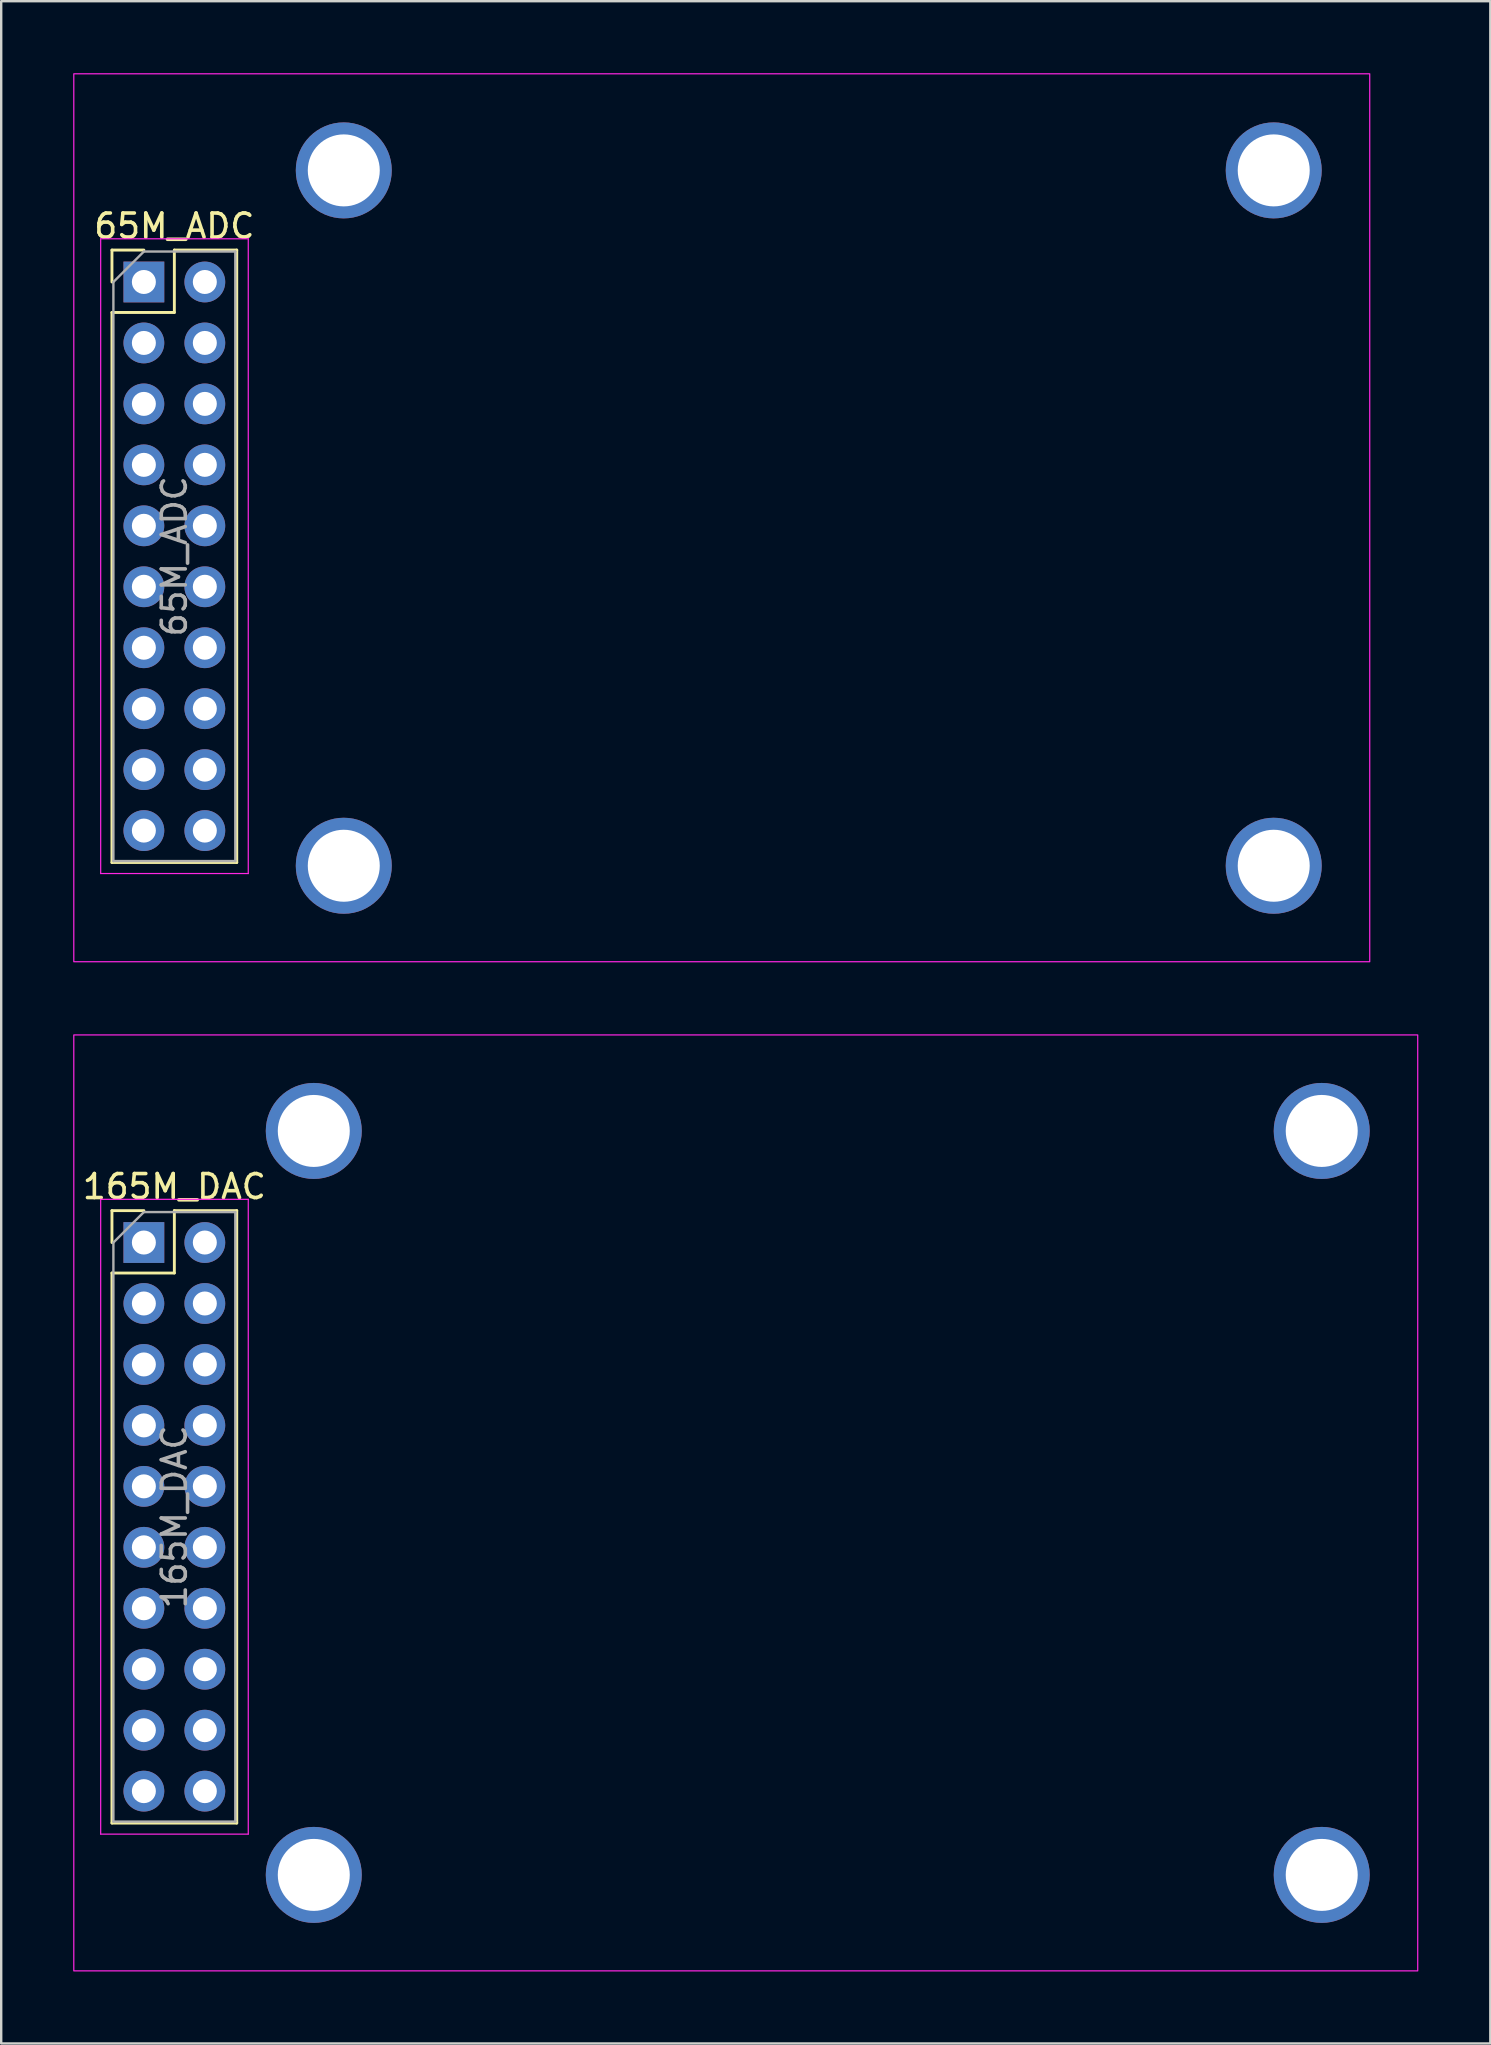
<source format=kicad_pcb>
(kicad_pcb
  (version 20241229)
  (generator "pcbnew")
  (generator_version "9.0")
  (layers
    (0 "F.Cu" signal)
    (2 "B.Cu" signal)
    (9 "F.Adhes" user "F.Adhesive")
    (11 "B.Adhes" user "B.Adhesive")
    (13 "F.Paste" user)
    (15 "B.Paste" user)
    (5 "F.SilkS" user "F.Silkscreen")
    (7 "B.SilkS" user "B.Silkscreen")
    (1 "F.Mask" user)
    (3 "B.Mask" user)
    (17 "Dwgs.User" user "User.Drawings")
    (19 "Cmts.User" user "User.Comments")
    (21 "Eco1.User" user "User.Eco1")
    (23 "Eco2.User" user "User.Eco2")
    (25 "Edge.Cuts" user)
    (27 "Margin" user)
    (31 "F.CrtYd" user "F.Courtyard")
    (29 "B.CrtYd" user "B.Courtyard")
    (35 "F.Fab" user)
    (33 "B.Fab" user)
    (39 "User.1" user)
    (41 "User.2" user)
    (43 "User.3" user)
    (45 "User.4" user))
  (footprint "65M_ADC"
    (layer "F.Cu")
    (at 2.945 8.7)
    (property "Reference" "65M_ADC" (at 1.27 -2.33 0) (layer "F.SilkS") (effects (font (size 1 1) (thickness 0.15))))
    (attr through_hole)
    (fp_line (start -1.33 -1.33) (end 0 -1.33) (stroke (width 0.12) (type solid)) (layer "F.SilkS"))
    (fp_line (start -1.33 0) (end -1.33 -1.33) (stroke (width 0.12) (type solid)) (layer "F.SilkS"))
    (fp_line (start -1.33 1.27) (end -1.33 24.19) (stroke (width 0.12) (type solid)) (layer "F.SilkS"))
    (fp_line (start -1.33 1.27) (end 1.27 1.27) (stroke (width 0.12) (type solid)) (layer "F.SilkS"))
    (fp_line (start -1.33 24.19) (end 3.87 24.19) (stroke (width 0.12) (type solid)) (layer "F.SilkS"))
    (fp_line (start 1.27 -1.33) (end 3.87 -1.33) (stroke (width 0.12) (type solid)) (layer "F.SilkS"))
    (fp_line (start 1.27 1.27) (end 1.27 -1.33) (stroke (width 0.12) (type solid)) (layer "F.SilkS"))
    (fp_line (start 3.87 -1.33) (end 3.87 24.19) (stroke (width 0.12) (type solid)) (layer "F.SilkS"))
    (fp_line (start -1.8 -1.8) (end -1.8 24.65) (stroke (width 0.05) (type solid)) (layer "F.CrtYd"))
    (fp_line (start -1.8 24.65) (end 4.35 24.65) (stroke (width 0.05) (type solid)) (layer "F.CrtYd"))
    (fp_line (start 4.35 -1.8) (end -1.8 -1.8) (stroke (width 0.05) (type solid)) (layer "F.CrtYd"))
    (fp_line (start 4.35 24.65) (end 4.35 -1.8) (stroke (width 0.05) (type solid)) (layer "F.CrtYd"))
    (fp_rect (start -2.92 -8.675) (end 51.08 28.325) (stroke (width 0.05) (type default)) (fill no) (layer "F.CrtYd"))
    (fp_line (start -1.27 0) (end 0 -1.27) (stroke (width 0.1) (type solid)) (layer "F.Fab"))
    (fp_line (start -1.27 24.13) (end -1.27 0) (stroke (width 0.1) (type solid)) (layer "F.Fab"))
    (fp_line (start 0 -1.27) (end 3.81 -1.27) (stroke (width 0.1) (type solid)) (layer "F.Fab"))
    (fp_line (start 3.81 -1.27) (end 3.81 24.13) (stroke (width 0.1) (type solid)) (layer "F.Fab"))
    (fp_line (start 3.81 24.13) (end -1.27 24.13) (stroke (width 0.1) (type solid)) (layer "F.Fab"))
    (fp_text user "${REFERENCE}" (at 1.27 11.43 90) (layer "F.Fab") (effects (font (size 1 1) (thickness 0.15))))
    (pad "" np_thru_hole circle (at 8.33 -4.65) (size 4 4) (drill 3) (layers "*.Cu" "*.Mask"))
    (pad "" np_thru_hole circle (at 8.33 24.325) (size 4 4) (drill 3) (layers "*.Cu" "*.Mask"))
    (pad "" np_thru_hole circle (at 47.08 -4.65) (size 4 4) (drill 3) (layers "*.Cu" "*.Mask"))
    (pad "" np_thru_hole circle (at 47.08 24.325) (size 4 4) (drill 3) (layers "*.Cu" "*.Mask"))
    (pad "1" thru_hole rect (at 0 0) (size 1.7 1.7) (drill 1) (layers "*.Cu" "*.Mask"))
    (pad "2" thru_hole oval (at 2.54 0) (size 1.7 1.7) (drill 1) (layers "*.Cu" "*.Mask"))
    (pad "3" thru_hole oval (at 0 2.54) (size 1.7 1.7) (drill 1) (layers "*.Cu" "*.Mask"))
    (pad "4" thru_hole oval (at 2.54 2.54) (size 1.7 1.7) (drill 1) (layers "*.Cu" "*.Mask"))
    (pad "5" thru_hole oval (at 0 5.08) (size 1.7 1.7) (drill 1) (layers "*.Cu" "*.Mask"))
    (pad "6" thru_hole oval (at 2.54 5.08) (size 1.7 1.7) (drill 1) (layers "*.Cu" "*.Mask"))
    (pad "7" thru_hole oval (at 0 7.62) (size 1.7 1.7) (drill 1) (layers "*.Cu" "*.Mask"))
    (pad "8" thru_hole oval (at 2.54 7.62) (size 1.7 1.7) (drill 1) (layers "*.Cu" "*.Mask"))
    (pad "9" thru_hole oval (at 0 10.16) (size 1.7 1.7) (drill 1) (layers "*.Cu" "*.Mask"))
    (pad "10" thru_hole oval (at 2.54 10.16) (size 1.7 1.7) (drill 1) (layers "*.Cu" "*.Mask"))
    (pad "11" thru_hole oval (at 0 12.7) (size 1.7 1.7) (drill 1) (layers "*.Cu" "*.Mask"))
    (pad "12" thru_hole oval (at 2.54 12.7) (size 1.7 1.7) (drill 1) (layers "*.Cu" "*.Mask"))
    (pad "13" thru_hole oval (at 0 15.24) (size 1.7 1.7) (drill 1) (layers "*.Cu" "*.Mask"))
    (pad "14" thru_hole oval (at 2.54 15.24) (size 1.7 1.7) (drill 1) (layers "*.Cu" "*.Mask"))
    (pad "15" thru_hole oval (at 0 17.78) (size 1.7 1.7) (drill 1) (layers "*.Cu" "*.Mask"))
    (pad "16" thru_hole oval (at 2.54 17.78) (size 1.7 1.7) (drill 1) (layers "*.Cu" "*.Mask"))
    (pad "17" thru_hole oval (at 0 20.32) (size 1.7 1.7) (drill 1) (layers "*.Cu" "*.Mask"))
    (pad "18" thru_hole oval (at 2.54 20.32) (size 1.7 1.7) (drill 1) (layers "*.Cu" "*.Mask"))
    (pad "19" thru_hole oval (at 0 22.86) (size 1.7 1.7) (drill 1) (layers "*.Cu" "*.Mask"))
    (pad "20" thru_hole oval (at 2.54 22.86) (size 1.7 1.7) (drill 1) (layers "*.Cu" "*.Mask")))
  (footprint "165M_DAC"
    (layer "F.Cu")
    (at 2.945 48.725)
    (property "Reference" "165M_DAC" (at 1.27 -2.33 0) (layer "F.SilkS") (effects (font (size 1 1) (thickness 0.15))))
    (attr through_hole)
    (fp_line (start -1.33 -1.33) (end 0 -1.33) (stroke (width 0.12) (type solid)) (layer "F.SilkS"))
    (fp_line (start -1.33 0) (end -1.33 -1.33) (stroke (width 0.12) (type solid)) (layer "F.SilkS"))
    (fp_line (start -1.33 1.27) (end -1.33 24.19) (stroke (width 0.12) (type solid)) (layer "F.SilkS"))
    (fp_line (start -1.33 1.27) (end 1.27 1.27) (stroke (width 0.12) (type solid)) (layer "F.SilkS"))
    (fp_line (start -1.33 24.19) (end 3.87 24.19) (stroke (width 0.12) (type solid)) (layer "F.SilkS"))
    (fp_line (start 1.27 -1.33) (end 3.87 -1.33) (stroke (width 0.12) (type solid)) (layer "F.SilkS"))
    (fp_line (start 1.27 1.27) (end 1.27 -1.33) (stroke (width 0.12) (type solid)) (layer "F.SilkS"))
    (fp_line (start 3.87 -1.33) (end 3.87 24.19) (stroke (width 0.12) (type solid)) (layer "F.SilkS"))
    (fp_line (start -1.8 -1.8) (end -1.8 24.65) (stroke (width 0.05) (type solid)) (layer "F.CrtYd"))
    (fp_line (start -1.8 24.65) (end 4.35 24.65) (stroke (width 0.05) (type solid)) (layer "F.CrtYd"))
    (fp_line (start 4.35 -1.8) (end -1.8 -1.8) (stroke (width 0.05) (type solid)) (layer "F.CrtYd"))
    (fp_line (start 4.35 24.65) (end 4.35 -1.8) (stroke (width 0.05) (type solid)) (layer "F.CrtYd"))
    (fp_rect (start -2.92 -8.65) (end 53.08 30.35) (stroke (width 0.05) (type default)) (fill no) (layer "F.CrtYd"))
    (fp_line (start -1.27 0) (end 0 -1.27) (stroke (width 0.1) (type solid)) (layer "F.Fab"))
    (fp_line (start -1.27 24.13) (end -1.27 0) (stroke (width 0.1) (type solid)) (layer "F.Fab"))
    (fp_line (start 0 -1.27) (end 3.81 -1.27) (stroke (width 0.1) (type solid)) (layer "F.Fab"))
    (fp_line (start 3.81 -1.27) (end 3.81 24.13) (stroke (width 0.1) (type solid)) (layer "F.Fab"))
    (fp_line (start 3.81 24.13) (end -1.27 24.13) (stroke (width 0.1) (type solid)) (layer "F.Fab"))
    (fp_text user "${REFERENCE}" (at 1.27 11.43 90) (layer "F.Fab") (effects (font (size 1 1) (thickness 0.15))))
    (pad "" np_thru_hole circle (at 7.08 -4.65) (size 4 4) (drill 3) (layers "*.Cu" "*.Mask"))
    (pad "" np_thru_hole circle (at 7.08 26.35) (size 4 4) (drill 3) (layers "*.Cu" "*.Mask"))
    (pad "" np_thru_hole circle (at 49.08 -4.65) (size 4 4) (drill 3) (layers "*.Cu" "*.Mask"))
    (pad "" np_thru_hole circle (at 49.08 26.35) (size 4 4) (drill 3) (layers "*.Cu" "*.Mask"))
    (pad "1" thru_hole rect (at 0 0) (size 1.7 1.7) (drill 1) (layers "*.Cu" "*.Mask"))
    (pad "2" thru_hole oval (at 2.54 0) (size 1.7 1.7) (drill 1) (layers "*.Cu" "*.Mask"))
    (pad "3" thru_hole oval (at 0 2.54) (size 1.7 1.7) (drill 1) (layers "*.Cu" "*.Mask"))
    (pad "4" thru_hole oval (at 2.54 2.54) (size 1.7 1.7) (drill 1) (layers "*.Cu" "*.Mask"))
    (pad "5" thru_hole oval (at 0 5.08) (size 1.7 1.7) (drill 1) (layers "*.Cu" "*.Mask"))
    (pad "6" thru_hole oval (at 2.54 5.08) (size 1.7 1.7) (drill 1) (layers "*.Cu" "*.Mask"))
    (pad "7" thru_hole oval (at 0 7.62) (size 1.7 1.7) (drill 1) (layers "*.Cu" "*.Mask"))
    (pad "8" thru_hole oval (at 2.54 7.62) (size 1.7 1.7) (drill 1) (layers "*.Cu" "*.Mask"))
    (pad "9" thru_hole oval (at 0 10.16) (size 1.7 1.7) (drill 1) (layers "*.Cu" "*.Mask"))
    (pad "10" thru_hole oval (at 2.54 10.16) (size 1.7 1.7) (drill 1) (layers "*.Cu" "*.Mask"))
    (pad "11" thru_hole oval (at 0 12.7) (size 1.7 1.7) (drill 1) (layers "*.Cu" "*.Mask"))
    (pad "12" thru_hole oval (at 2.54 12.7) (size 1.7 1.7) (drill 1) (layers "*.Cu" "*.Mask"))
    (pad "13" thru_hole oval (at 0 15.24) (size 1.7 1.7) (drill 1) (layers "*.Cu" "*.Mask"))
    (pad "14" thru_hole oval (at 2.54 15.24) (size 1.7 1.7) (drill 1) (layers "*.Cu" "*.Mask"))
    (pad "15" thru_hole oval (at 0 17.78) (size 1.7 1.7) (drill 1) (layers "*.Cu" "*.Mask"))
    (pad "16" thru_hole oval (at 2.54 17.78) (size 1.7 1.7) (drill 1) (layers "*.Cu" "*.Mask"))
    (pad "17" thru_hole oval (at 0 20.32) (size 1.7 1.7) (drill 1) (layers "*.Cu" "*.Mask"))
    (pad "18" thru_hole oval (at 2.54 20.32) (size 1.7 1.7) (drill 1) (layers "*.Cu" "*.Mask"))
    (pad "19" thru_hole oval (at 0 22.86) (size 1.7 1.7) (drill 1) (layers "*.Cu" "*.Mask"))
    (pad "20" thru_hole oval (at 2.54 22.86) (size 1.7 1.7) (drill 1) (layers "*.Cu" "*.Mask")))
  (gr_rect
    (start -3 -3)
    (end 59.05 82.1)
    (stroke (width 0.1) (type default))
    (fill no)
    (layer "Edge.Cuts")))
</source>
